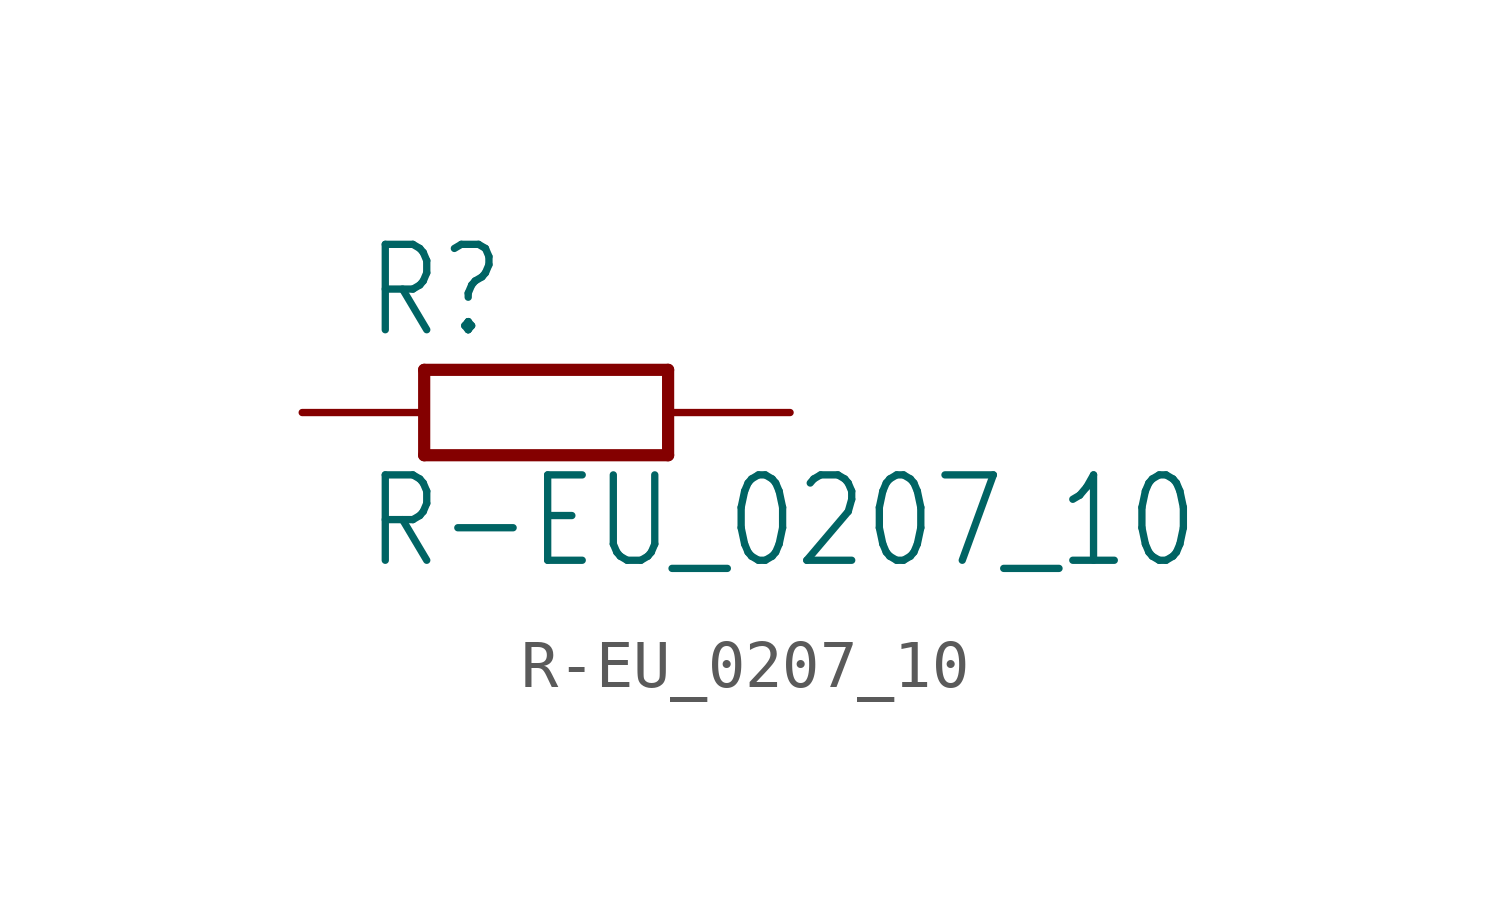
<source format=kicad_sym>
(kicad_symbol_lib
  (version 20201005)
  (generator kicad_symbol_editor)
  (symbol "R-EU_0207_10"
    (property "Reference" "R"
      (at -3.81 1.499 0)
      (effects (font (size 1.778 1.511)) (justify left bottom)))
    (property "Value" "R-EU_0207_10"
      (at -3.81 -3.302 0)
      (effects (font (size 1.778 1.511)) (justify left bottom)))
    (property "ki_locked" ""
      (at 0 0 0)
      (effects (font (size 1.27 1.27))))
    (symbol "R-EU_0207_10_1_0"
      (polyline (pts (xy -2.54 -0.889) (xy 2.54 -0.889)) (stroke (width 0.254)) (fill (type none)))
      (polyline (pts (xy 2.54 0.889) (xy -2.54 0.889)) (stroke (width 0.254)) (fill (type none)))
      (polyline (pts (xy 2.54 -0.889) (xy 2.54 0.889)) (stroke (width 0.254)) (fill (type none)))
      (polyline (pts (xy -2.54 -0.889) (xy -2.54 0.889)) (stroke (width 0.254)) (fill (type none)))
      (pin passive line (at 5.08 0 180) (length 2.54) (name "2" (effects (font (size 0 0)))) (number "2" (effects (font (size 0 0)))))
      (pin passive line (at -5.08 0 0) (length 2.54) (name "1" (effects (font (size 0 0)))) (number "1" (effects (font (size 0 0))))))))
</source>
